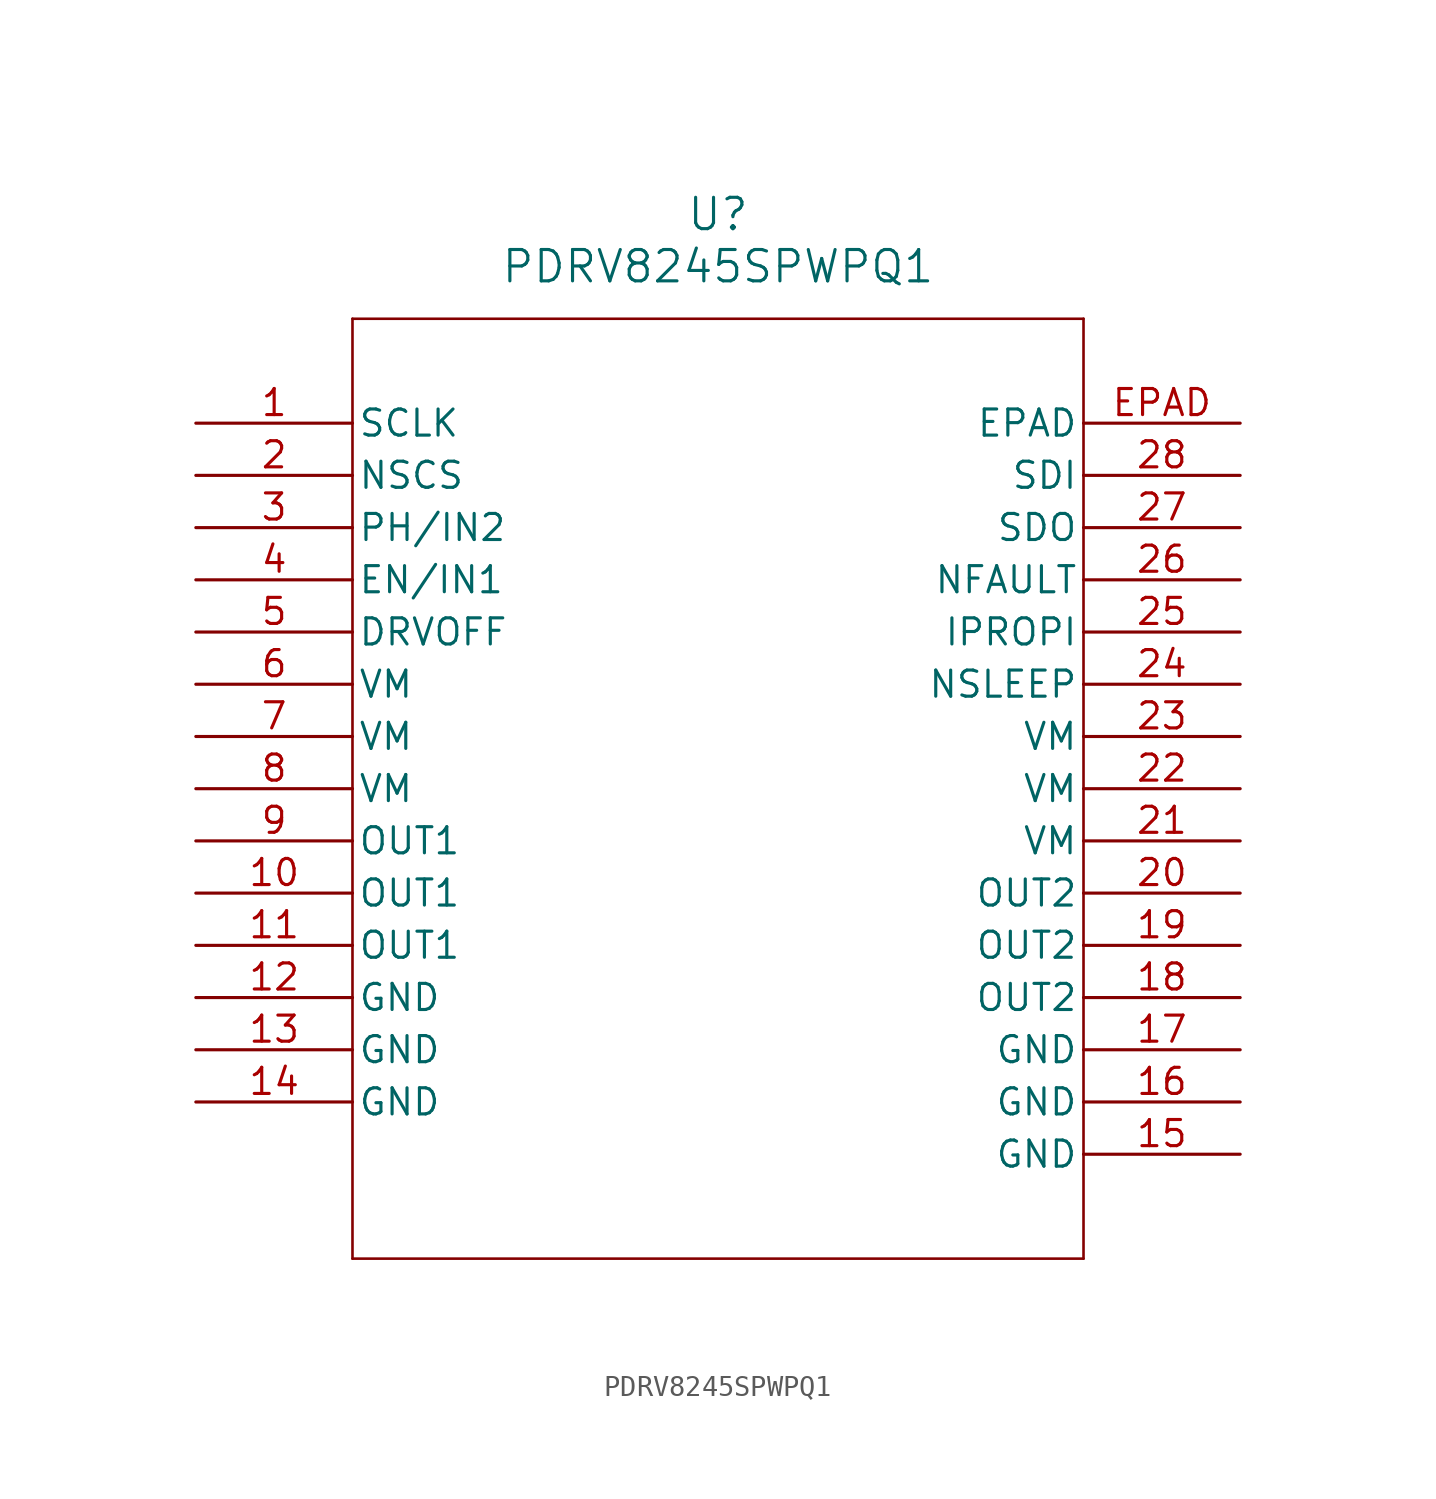
<source format=kicad_sym>
(kicad_symbol_lib
  (version 20211014)
  (generator kicad_symbol_editor)
  (symbol "PDRV8245SPWPQ1"
    (pin_names
      (offset 0.254))
    (property "Reference" "U"
      (at 25.4 10.16 0)
      (effects (font (size 1.524 1.524))))
    (property "Value" "PDRV8245SPWPQ1"
      (at 25.4 7.62 0)
      (effects (font (size 1.524 1.524))))
    (symbol "PDRV8245SPWPQ1_0_1"
      (polyline (pts (xy 7.62 5.08) (xy 7.62 -40.64)) (stroke (width 0.127) (type default) (color 0 0 0 0)) (fill (type none)))
      (polyline (pts (xy 7.62 -40.64) (xy 43.18 -40.64)) (stroke (width 0.127) (type default) (color 0 0 0 0)) (fill (type none)))
      (polyline (pts (xy 43.18 -40.64) (xy 43.18 5.08)) (stroke (width 0.127) (type default) (color 0 0 0 0)) (fill (type none)))
      (polyline (pts (xy 43.18 5.08) (xy 7.62 5.08)) (stroke (width 0.127) (type default) (color 0 0 0 0)) (fill (type none)))
      (pin input line (at 0 0 0) (length 7.62) (name "SCLK" (effects (font (size 1.27 1.27)))) (number "1" (effects (font (size 1.27 1.27)))))
      (pin input line (at 0 -2.54 0) (length 7.62) (name "NSCS" (effects (font (size 1.27 1.27)))) (number "2" (effects (font (size 1.27 1.27)))))
      (pin input line (at 0 -5.08 0) (length 7.62) (name "PH/IN2" (effects (font (size 1.27 1.27)))) (number "3" (effects (font (size 1.27 1.27)))))
      (pin input line (at 0 -7.62 0) (length 7.62) (name "EN/IN1" (effects (font (size 1.27 1.27)))) (number "4" (effects (font (size 1.27 1.27)))))
      (pin input line (at 0 -10.16 0) (length 7.62) (name "DRVOFF" (effects (font (size 1.27 1.27)))) (number "5" (effects (font (size 1.27 1.27)))))
      (pin power_in line (at 0 -12.7 0) (length 7.62) (name "VM" (effects (font (size 1.27 1.27)))) (number "6" (effects (font (size 1.27 1.27)))))
      (pin power_in line (at 0 -15.24 0) (length 7.62) (name "VM" (effects (font (size 1.27 1.27)))) (number "7" (effects (font (size 1.27 1.27)))))
      (pin power_in line (at 0 -17.78 0) (length 7.62) (name "VM" (effects (font (size 1.27 1.27)))) (number "8" (effects (font (size 1.27 1.27)))))
      (pin output line (at 0 -20.32 0) (length 7.62) (name "OUT1" (effects (font (size 1.27 1.27)))) (number "9" (effects (font (size 1.27 1.27)))))
      (pin output line (at 0 -22.86 0) (length 7.62) (name "OUT1" (effects (font (size 1.27 1.27)))) (number "10" (effects (font (size 1.27 1.27)))))
      (pin output line (at 0 -25.4 0) (length 7.62) (name "OUT1" (effects (font (size 1.27 1.27)))) (number "11" (effects (font (size 1.27 1.27)))))
      (pin power_out line (at 0 -27.94 0) (length 7.62) (name "GND" (effects (font (size 1.27 1.27)))) (number "12" (effects (font (size 1.27 1.27)))))
      (pin power_out line (at 0 -30.48 0) (length 7.62) (name "GND" (effects (font (size 1.27 1.27)))) (number "13" (effects (font (size 1.27 1.27)))))
      (pin power_out line (at 0 -33.02 0) (length 7.62) (name "GND" (effects (font (size 1.27 1.27)))) (number "14" (effects (font (size 1.27 1.27)))))
      (pin power_out line (at 50.8 -35.56 180) (length 7.62) (name "GND" (effects (font (size 1.27 1.27)))) (number "15" (effects (font (size 1.27 1.27)))))
      (pin power_out line (at 50.8 -33.02 180) (length 7.62) (name "GND" (effects (font (size 1.27 1.27)))) (number "16" (effects (font (size 1.27 1.27)))))
      (pin power_out line (at 50.8 -30.48 180) (length 7.62) (name "GND" (effects (font (size 1.27 1.27)))) (number "17" (effects (font (size 1.27 1.27)))))
      (pin output line (at 50.8 -27.94 180) (length 7.62) (name "OUT2" (effects (font (size 1.27 1.27)))) (number "18" (effects (font (size 1.27 1.27)))))
      (pin output line (at 50.8 -25.4 180) (length 7.62) (name "OUT2" (effects (font (size 1.27 1.27)))) (number "19" (effects (font (size 1.27 1.27)))))
      (pin output line (at 50.8 -22.86 180) (length 7.62) (name "OUT2" (effects (font (size 1.27 1.27)))) (number "20" (effects (font (size 1.27 1.27)))))
      (pin power_in line (at 50.8 -20.32 180) (length 7.62) (name "VM" (effects (font (size 1.27 1.27)))) (number "21" (effects (font (size 1.27 1.27)))))
      (pin power_in line (at 50.8 -17.78 180) (length 7.62) (name "VM" (effects (font (size 1.27 1.27)))) (number "22" (effects (font (size 1.27 1.27)))))
      (pin power_in line (at 50.8 -15.24 180) (length 7.62) (name "VM" (effects (font (size 1.27 1.27)))) (number "23" (effects (font (size 1.27 1.27)))))
      (pin input line (at 50.8 -12.7 180) (length 7.62) (name "NSLEEP" (effects (font (size 1.27 1.27)))) (number "24" (effects (font (size 1.27 1.27)))))
      (pin bidirectional line (at 50.8 -10.16 180) (length 7.62) (name "IPROPI" (effects (font (size 1.27 1.27)))) (number "25" (effects (font (size 1.27 1.27)))))
      (pin output line (at 50.8 -7.62 180) (length 7.62) (name "NFAULT" (effects (font (size 1.27 1.27)))) (number "26" (effects (font (size 1.27 1.27)))))
      (pin output line (at 50.8 -5.08 180) (length 7.62) (name "SDO" (effects (font (size 1.27 1.27)))) (number "27" (effects (font (size 1.27 1.27)))))
      (pin input line (at 50.8 -2.54 180) (length 7.62) (name "SDI" (effects (font (size 1.27 1.27)))) (number "28" (effects (font (size 1.27 1.27)))))
      (pin power_out line (at 50.8 0 180) (length 7.62) (name "EPAD" (effects (font (size 1.27 1.27)))) (number "EPAD" (effects (font (size 1.27 1.27))))))))
</source>
